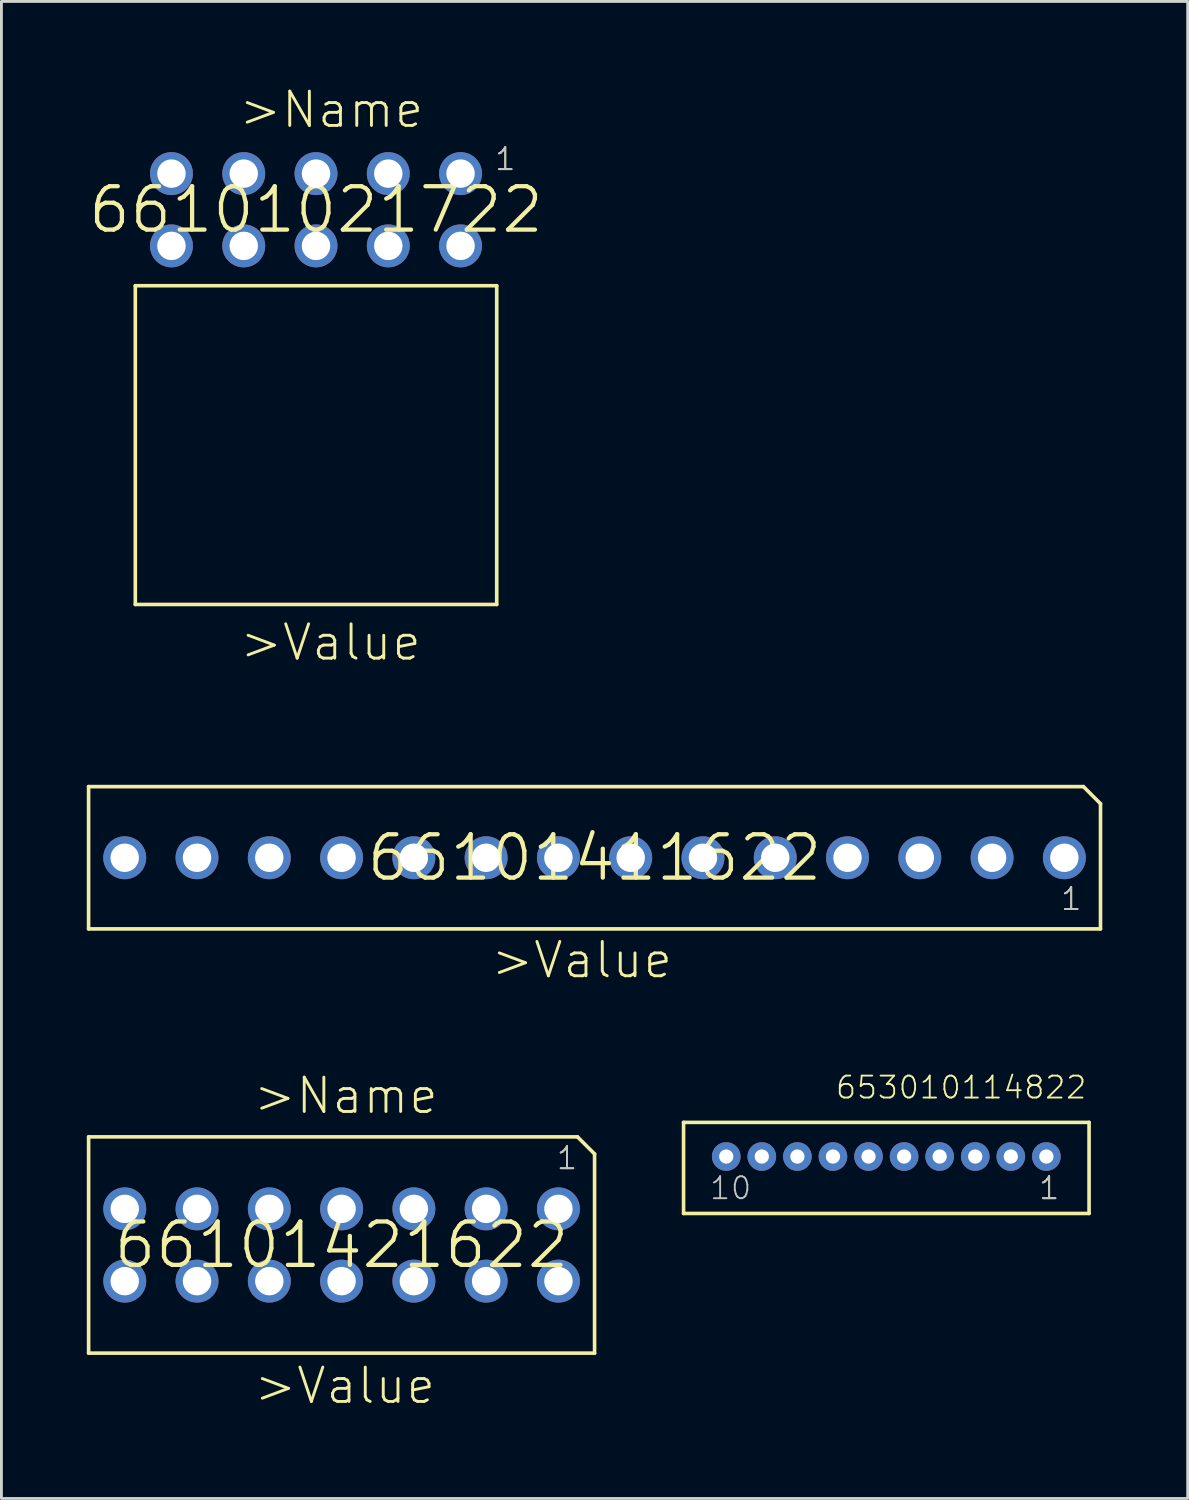
<source format=kicad_pcb>
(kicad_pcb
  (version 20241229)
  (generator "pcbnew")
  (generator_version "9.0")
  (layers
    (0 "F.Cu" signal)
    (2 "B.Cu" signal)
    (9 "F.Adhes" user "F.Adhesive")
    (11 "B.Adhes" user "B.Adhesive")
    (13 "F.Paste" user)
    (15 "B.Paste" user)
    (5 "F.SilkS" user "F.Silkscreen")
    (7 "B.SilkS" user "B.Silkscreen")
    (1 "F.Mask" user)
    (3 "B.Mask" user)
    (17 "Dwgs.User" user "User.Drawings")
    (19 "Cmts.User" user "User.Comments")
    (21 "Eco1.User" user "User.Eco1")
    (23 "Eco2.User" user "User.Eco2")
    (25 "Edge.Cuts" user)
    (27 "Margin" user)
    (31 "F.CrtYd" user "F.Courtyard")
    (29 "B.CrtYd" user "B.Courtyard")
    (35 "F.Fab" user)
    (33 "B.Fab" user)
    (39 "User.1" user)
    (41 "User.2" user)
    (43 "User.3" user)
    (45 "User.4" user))
  (footprint "66101421622"
    (layer "F.Cu")
    (at 8.954 40.701)
    (property "Reference" "66101421622" (at 0 0 0) (layer "F.SilkS") (effects (font (size 1.524 1.524) (thickness 0.15))))
    (attr through_hole)
    (fp_line (start -8.89 -3.8) (end -8.89 3.8) (stroke (width 0.127) (type solid)) (layer "F.SilkS"))
    (fp_line (start -8.89 -3.8) (end 8.29 -3.8) (stroke (width 0.127) (type solid)) (layer "F.SilkS"))
    (fp_line (start -8.89 3.8) (end 8.89 3.8) (stroke (width 0.127) (type solid)) (layer "F.SilkS"))
    (fp_line (start 8.29 -3.8) (end 8.89 -3.2) (stroke (width 0.127) (type solid)) (layer "F.SilkS"))
    (fp_line (start 8.89 -3.2) (end 8.89 3.8) (stroke (width 0.127) (type solid)) (layer "F.SilkS"))
    (fp_text user "1" (at 7.51 -2.6 0) (layer "F.SilkS") (effects (font (size 0.772 0.772) (thickness 0.065)) (justify left bottom)))
    (fp_text user ">Value" (at -3.14 5.65 0) (layer "F.SilkS") (effects (font (size 1.206 1.206) (thickness 0.102)) (justify left bottom)))
    (fp_text user ">Name" (at -3.16 -4.54 0) (layer "F.SilkS") (effects (font (size 1.206 1.206) (thickness 0.102)) (justify left bottom)))
    (fp_text user "1" (at 7.51 -2.6 0) (layer "Dwgs.User") (effects (font (size 0.772 0.772) (thickness 0.065)) (justify left bottom)))
    (pad "1" thru_hole circle (at 7.62 -1.27 180) (size 1.508 1.508) (drill 1) (layers "*.Cu" "*.Mask"))
    (pad "2" thru_hole circle (at 5.08 -1.27 180) (size 1.508 1.508) (drill 1) (layers "*.Cu" "*.Mask"))
    (pad "3" thru_hole circle (at 2.54 -1.27 180) (size 1.508 1.508) (drill 1) (layers "*.Cu" "*.Mask"))
    (pad "4" thru_hole circle (at 0 -1.27 180) (size 1.508 1.508) (drill 1) (layers "*.Cu" "*.Mask"))
    (pad "5" thru_hole circle (at -2.54 -1.27 180) (size 1.508 1.508) (drill 1) (layers "*.Cu" "*.Mask"))
    (pad "6" thru_hole circle (at -5.08 -1.27 180) (size 1.508 1.508) (drill 1) (layers "*.Cu" "*.Mask"))
    (pad "7" thru_hole circle (at -7.62 -1.27 180) (size 1.508 1.508) (drill 1) (layers "*.Cu" "*.Mask"))
    (pad "8" thru_hole circle (at -7.62 1.27 180) (size 1.508 1.508) (drill 1) (layers "*.Cu" "*.Mask"))
    (pad "9" thru_hole circle (at -5.08 1.27 180) (size 1.508 1.508) (drill 1) (layers "*.Cu" "*.Mask"))
    (pad "10" thru_hole circle (at -2.54 1.27 180) (size 1.508 1.508) (drill 1) (layers "*.Cu" "*.Mask"))
    (pad "11" thru_hole circle (at 0 1.27 180) (size 1.508 1.508) (drill 1) (layers "*.Cu" "*.Mask"))
    (pad "12" thru_hole circle (at 2.54 1.27 180) (size 1.508 1.508) (drill 1) (layers "*.Cu" "*.Mask"))
    (pad "13" thru_hole circle (at 5.08 1.27 180) (size 1.508 1.508) (drill 1) (layers "*.Cu" "*.Mask"))
    (pad "14" thru_hole circle (at 7.62 1.27 180) (size 1.508 1.508) (drill 1) (layers "*.Cu" "*.Mask")))
  (footprint "66101411622"
    (layer "F.Cu")
    (at 17.843 27.093)
    (property "Reference" "66101411622" (at 0 0 0) (layer "F.SilkS") (effects (font (size 1.524 1.524) (thickness 0.15))))
    (attr through_hole)
    (fp_line (start -17.78 -2.5) (end -17.78 2.5) (stroke (width 0.127) (type solid)) (layer "F.SilkS"))
    (fp_line (start -17.78 -2.5) (end 17.18 -2.5) (stroke (width 0.127) (type solid)) (layer "F.SilkS"))
    (fp_line (start -17.78 2.5) (end 17.78 2.5) (stroke (width 0.127) (type solid)) (layer "F.SilkS"))
    (fp_line (start 17.18 -2.5) (end 17.78 -1.9) (stroke (width 0.127) (type solid)) (layer "F.SilkS"))
    (fp_line (start 17.78 -1.9) (end 17.78 2.5) (stroke (width 0.127) (type solid)) (layer "F.SilkS"))
    (fp_text user ">Value" (at -3.7 4.3 0) (layer "F.SilkS") (effects (font (size 1.206 1.206) (thickness 0.102)) (justify left bottom)))
    (fp_text user "1" (at 16.34 1.9 0) (layer "F.SilkS") (effects (font (size 0.772 0.772) (thickness 0.065)) (justify left bottom)))
    (fp_text user "" (at -3.8 -3.3 0) (layer "F.SilkS") (effects (font (size 1.206 1.206) (thickness 0.102)) (justify left bottom)))
    (fp_text user "1" (at 16.34 1.9 0) (layer "Dwgs.User") (effects (font (size 0.772 0.772) (thickness 0.065)) (justify left bottom)))
    (pad "1" thru_hole circle (at 16.51 0 180) (size 1.508 1.508) (drill 1) (layers "*.Cu" "*.Mask"))
    (pad "2" thru_hole circle (at 13.97 0 180) (size 1.508 1.508) (drill 1) (layers "*.Cu" "*.Mask"))
    (pad "3" thru_hole circle (at 11.43 0 180) (size 1.508 1.508) (drill 1) (layers "*.Cu" "*.Mask"))
    (pad "4" thru_hole circle (at 8.89 0 180) (size 1.508 1.508) (drill 1) (layers "*.Cu" "*.Mask"))
    (pad "5" thru_hole circle (at 6.35 0 180) (size 1.508 1.508) (drill 1) (layers "*.Cu" "*.Mask"))
    (pad "6" thru_hole circle (at 3.81 0 180) (size 1.508 1.508) (drill 1) (layers "*.Cu" "*.Mask"))
    (pad "7" thru_hole circle (at 1.27 0 180) (size 1.508 1.508) (drill 1) (layers "*.Cu" "*.Mask"))
    (pad "8" thru_hole circle (at -1.27 0 180) (size 1.508 1.508) (drill 1) (layers "*.Cu" "*.Mask"))
    (pad "9" thru_hole circle (at -3.81 0 180) (size 1.508 1.508) (drill 1) (layers "*.Cu" "*.Mask"))
    (pad "10" thru_hole circle (at -6.35 0 180) (size 1.508 1.508) (drill 1) (layers "*.Cu" "*.Mask"))
    (pad "11" thru_hole circle (at -8.89 0 180) (size 1.508 1.508) (drill 1) (layers "*.Cu" "*.Mask"))
    (pad "12" thru_hole circle (at -11.43 0 180) (size 1.508 1.508) (drill 1) (layers "*.Cu" "*.Mask"))
    (pad "13" thru_hole circle (at -13.97 0 180) (size 1.508 1.508) (drill 1) (layers "*.Cu" "*.Mask"))
    (pad "14" thru_hole circle (at -16.51 0 180) (size 1.508 1.508) (drill 1) (layers "*.Cu" "*.Mask")))
  (footprint "66101021722"
    (layer "F.Cu")
    (at 8.055 4.321)
    (property "Reference" "66101021722" (at 0 0 0) (layer "F.SilkS") (effects (font (size 1.524 1.524) (thickness 0.15))))
    (attr through_hole)
    (fp_line (start -6.35 2.67) (end -6.35 13.87) (stroke (width 0.127) (type solid)) (layer "F.SilkS"))
    (fp_line (start -6.35 2.67) (end 6.35 2.67) (stroke (width 0.127) (type solid)) (layer "F.SilkS"))
    (fp_line (start -6.35 13.87) (end 6.35 13.87) (stroke (width 0.127) (type solid)) (layer "F.SilkS"))
    (fp_line (start 6.35 2.67) (end 6.35 13.87) (stroke (width 0.127) (type solid)) (layer "F.SilkS"))
    (fp_text user ">Name" (at -2.77 -2.81 0) (layer "F.SilkS") (effects (font (size 1.206 1.206) (thickness 0.102)) (justify left bottom)))
    (fp_text user ">Value" (at -2.74 15.91 0) (layer "F.SilkS") (effects (font (size 1.206 1.206) (thickness 0.102)) (justify left bottom)))
    (fp_text user "1" (at 6.24 -1.33 0) (layer "F.SilkS") (effects (font (size 0.772 0.772) (thickness 0.065)) (justify left bottom)))
    (fp_text user "1" (at 6.24 -1.33 0) (layer "Dwgs.User") (effects (font (size 0.772 0.772) (thickness 0.065)) (justify left bottom)))
    (pad "1" thru_hole circle (at 5.08 -1.27 180) (size 1.508 1.508) (drill 1) (layers "*.Cu" "*.Mask"))
    (pad "2" thru_hole circle (at 2.54 -1.27 180) (size 1.508 1.508) (drill 1) (layers "*.Cu" "*.Mask"))
    (pad "3" thru_hole circle (at 0 -1.27 180) (size 1.508 1.508) (drill 1) (layers "*.Cu" "*.Mask"))
    (pad "4" thru_hole circle (at -2.54 -1.27 180) (size 1.508 1.508) (drill 1) (layers "*.Cu" "*.Mask"))
    (pad "5" thru_hole circle (at -5.08 -1.27 180) (size 1.508 1.508) (drill 1) (layers "*.Cu" "*.Mask"))
    (pad "6" thru_hole circle (at -5.08 1.27 180) (size 1.508 1.508) (drill 1) (layers "*.Cu" "*.Mask"))
    (pad "7" thru_hole circle (at -2.54 1.27 180) (size 1.508 1.508) (drill 1) (layers "*.Cu" "*.Mask"))
    (pad "8" thru_hole circle (at 0 1.27 180) (size 1.508 1.508) (drill 1) (layers "*.Cu" "*.Mask"))
    (pad "9" thru_hole circle (at 2.54 1.27 180) (size 1.508 1.508) (drill 1) (layers "*.Cu" "*.Mask"))
    (pad "10" thru_hole circle (at 5.08 1.27 180) (size 1.508 1.508) (drill 1) (layers "*.Cu" "*.Mask")))
  (footprint "653010114822"
    (layer "F.Cu")
    (at 28.096 37.592)
    (property "Reference" "653010114822" (at -1.825 -1.975 0) (layer "F.SilkS") (effects (font (size 0.772 0.772) (thickness 0.065)) (justify left bottom)))
    (attr through_hole)
    (fp_line (start -7.125 -1.2) (end 7.125 -1.2) (stroke (width 0.127) (type solid)) (layer "F.SilkS"))
    (fp_line (start -7.125 2) (end -7.125 -1.2) (stroke (width 0.127) (type solid)) (layer "F.SilkS"))
    (fp_line (start 7.125 -1.2) (end 7.125 2) (stroke (width 0.127) (type solid)) (layer "F.SilkS"))
    (fp_line (start 7.125 2) (end -7.125 2) (stroke (width 0.127) (type solid)) (layer "F.SilkS"))
    (fp_text user "1" (at 5.312 1.562 0) (layer "F.SilkS") (effects (font (size 0.772 0.772) (thickness 0.065)) (justify left bottom)))
    (fp_text user "10" (at -6.25 1.562 0) (layer "Dwgs.User") (effects (font (size 0.772 0.772) (thickness 0.065)) (justify left bottom)))
    (fp_text user "1" (at 5.312 1.562 0) (layer "Dwgs.User") (effects (font (size 0.772 0.772) (thickness 0.065)) (justify left bottom)))
    (pad "1" thru_hole circle (at 5.625 0) (size 1.008 1.008) (drill 0.5) (layers "*.Cu" "*.Mask"))
    (pad "2" thru_hole circle (at 4.375 0) (size 1.008 1.008) (drill 0.5) (layers "*.Cu" "*.Mask"))
    (pad "3" thru_hole circle (at 3.125 0) (size 1.008 1.008) (drill 0.5) (layers "*.Cu" "*.Mask"))
    (pad "4" thru_hole circle (at 1.875 0) (size 1.008 1.008) (drill 0.5) (layers "*.Cu" "*.Mask"))
    (pad "5" thru_hole circle (at 0.625 0) (size 1.008 1.008) (drill 0.5) (layers "*.Cu" "*.Mask"))
    (pad "6" thru_hole circle (at -0.625 0) (size 1.008 1.008) (drill 0.5) (layers "*.Cu" "*.Mask"))
    (pad "7" thru_hole circle (at -1.875 0) (size 1.008 1.008) (drill 0.5) (layers "*.Cu" "*.Mask"))
    (pad "8" thru_hole circle (at -3.125 0) (size 1.008 1.008) (drill 0.5) (layers "*.Cu" "*.Mask"))
    (pad "9" thru_hole circle (at -4.375 0) (size 1.008 1.008) (drill 0.5) (layers "*.Cu" "*.Mask"))
    (pad "10" thru_hole circle (at -5.625 0) (size 1.008 1.008) (drill 0.5) (layers "*.Cu" "*.Mask")))
  (gr_rect
    (start -3 -3)
    (end 38.687 49.608)
    (stroke (width 0.1) (type default))
    (fill no)
    (layer "Edge.Cuts")))
</source>
